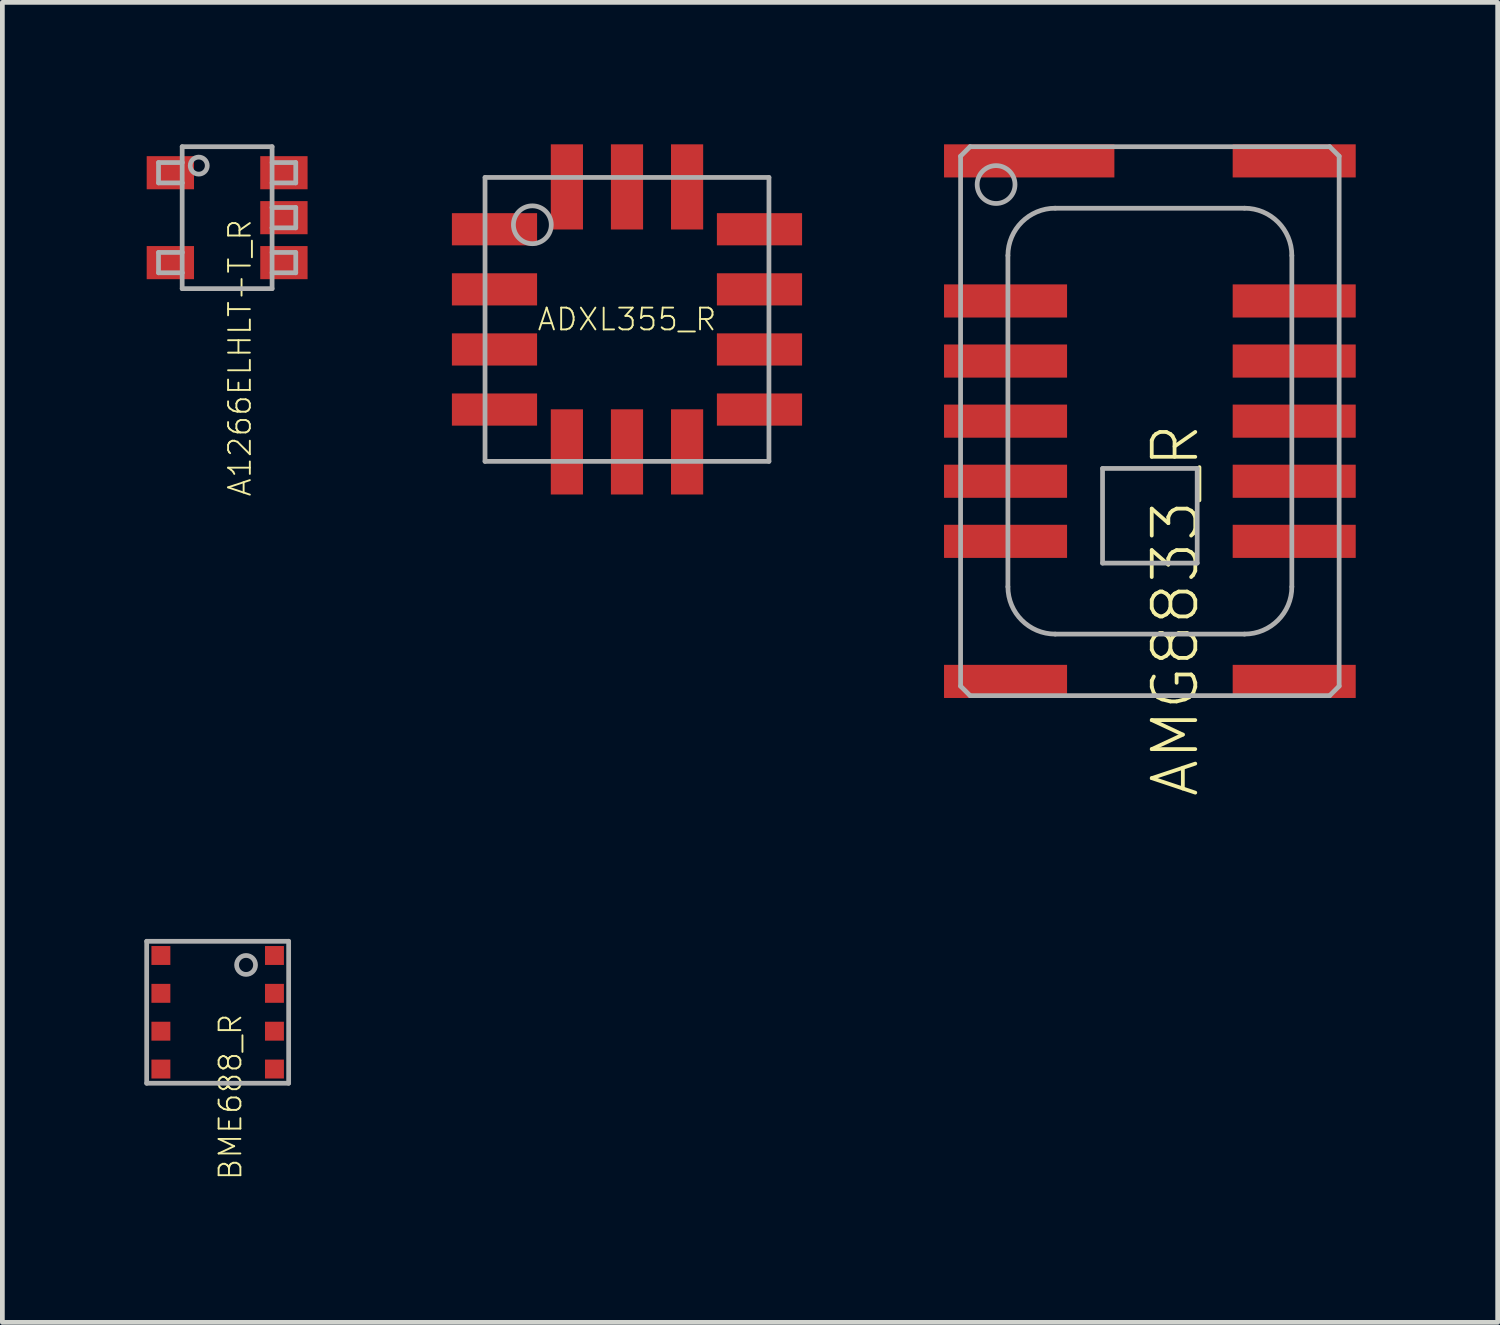
<source format=kicad_pcb>
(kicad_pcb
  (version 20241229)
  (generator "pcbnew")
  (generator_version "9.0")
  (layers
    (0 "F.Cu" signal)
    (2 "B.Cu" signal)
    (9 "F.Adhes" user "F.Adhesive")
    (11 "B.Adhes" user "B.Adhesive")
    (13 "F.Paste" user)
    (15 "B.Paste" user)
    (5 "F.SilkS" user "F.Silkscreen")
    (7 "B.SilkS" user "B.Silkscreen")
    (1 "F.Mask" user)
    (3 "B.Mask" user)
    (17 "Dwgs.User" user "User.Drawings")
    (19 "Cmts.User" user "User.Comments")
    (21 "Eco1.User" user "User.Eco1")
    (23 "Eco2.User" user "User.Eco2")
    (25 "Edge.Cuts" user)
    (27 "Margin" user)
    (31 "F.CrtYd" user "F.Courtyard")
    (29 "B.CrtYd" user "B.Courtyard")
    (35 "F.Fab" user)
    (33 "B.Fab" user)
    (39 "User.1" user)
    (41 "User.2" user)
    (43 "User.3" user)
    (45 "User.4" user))
  (footprint "AMG8833_R"
    (layer "F.Cu")
    (at 21.25 5.85)
    (property "Reference" "AMG8833_R" (at 0 0 90) (unlocked yes) (layer "F.SilkS") (effects (font (size 0.92 0.92) (thickness 0.08)) (justify right top)))
    (fp_line (start -4 -5.6) (end -4 5.6) (stroke (width 0.1) (type solid)) (layer "F.Fab"))
    (fp_line (start -4 -5.6) (end -3.8 -5.8) (stroke (width 0.1) (type solid)) (layer "F.Fab"))
    (fp_line (start -3.8 5.8) (end -4 5.6) (stroke (width 0.1) (type solid)) (layer "F.Fab"))
    (fp_line (start -3.8 5.8) (end 3.8 5.8) (stroke (width 0.1) (type solid)) (layer "F.Fab"))
    (fp_line (start -3 -3.5) (end -3 3.5) (stroke (width 0.1) (type solid)) (layer "F.Fab"))
    (fp_line (start -2 4.5) (end 2 4.5) (stroke (width 0.1) (type solid)) (layer "F.Fab"))
    (fp_line (start -1 1) (end -1 3) (stroke (width 0.1) (type solid)) (layer "F.Fab"))
    (fp_line (start -1 3) (end 1 3) (stroke (width 0.1) (type solid)) (layer "F.Fab"))
    (fp_line (start 1 1) (end -1 1) (stroke (width 0.1) (type solid)) (layer "F.Fab"))
    (fp_line (start 1 3) (end 1 1) (stroke (width 0.1) (type solid)) (layer "F.Fab"))
    (fp_line (start 2 -4.5) (end -2 -4.5) (stroke (width 0.1) (type solid)) (layer "F.Fab"))
    (fp_line (start 3 3.5) (end 3 -3.5) (stroke (width 0.1) (type solid)) (layer "F.Fab"))
    (fp_line (start 3.8 -5.8) (end -3.8 -5.8) (stroke (width 0.1) (type solid)) (layer "F.Fab"))
    (fp_line (start 3.8 5.8) (end 4 5.6) (stroke (width 0.1) (type solid)) (layer "F.Fab"))
    (fp_line (start 4 -5.6) (end 3.8 -5.8) (stroke (width 0.1) (type solid)) (layer "F.Fab"))
    (fp_line (start 4 5.6) (end 4 -5.6) (stroke (width 0.1) (type solid)) (layer "F.Fab"))
    (fp_arc (start -3 -3.5) (mid -2.707107 -4.207107) (end -2 -4.5) (stroke (width 0.1) (type solid)) (layer "F.Fab"))
    (fp_arc (start -2 4.5) (mid -2.707107 4.207107) (end -3 3.5) (stroke (width 0.1) (type solid)) (layer "F.Fab"))
    (fp_arc (start 2 -4.5) (mid 2.707107 -4.207107) (end 3 -3.5) (stroke (width 0.1) (type solid)) (layer "F.Fab"))
    (fp_arc (start 3 3.5) (mid 2.707107 4.207107) (end 2 4.5) (stroke (width 0.1) (type solid)) (layer "F.Fab"))
    (fp_circle (center -3.25 -5) (end -2.85 -5) (stroke (width 0.1) (type solid)) (fill no) (layer "F.Fab"))
    (pad "1" smd rect (at -2.55 -5.5 270) (size 0.7 3.6) (layers "F.Cu" "F.Mask" "F.Paste"))
    (pad "2" smd rect (at -3.05 -2.54 270) (size 0.7 2.6) (layers "F.Cu" "F.Mask" "F.Paste"))
    (pad "3" smd rect (at -3.05 -1.27 270) (size 0.7 2.6) (layers "F.Cu" "F.Mask" "F.Paste"))
    (pad "4" smd rect (at -3.05 0 270) (size 0.7 2.6) (layers "F.Cu" "F.Mask" "F.Paste"))
    (pad "5" smd rect (at -3.05 1.27 270) (size 0.7 2.6) (layers "F.Cu" "F.Mask" "F.Paste"))
    (pad "6" smd rect (at -3.05 2.54 270) (size 0.7 2.6) (layers "F.Cu" "F.Mask" "F.Paste"))
    (pad "7" smd rect (at -3.05 5.5 270) (size 0.7 2.6) (layers "F.Cu" "F.Mask" "F.Paste"))
    (pad "8" smd rect (at 3.05 5.5 270) (size 0.7 2.6) (layers "F.Cu" "F.Mask" "F.Paste"))
    (pad "9" smd rect (at 3.05 2.54 270) (size 0.7 2.6) (layers "F.Cu" "F.Mask" "F.Paste"))
    (pad "10" smd rect (at 3.05 1.27 270) (size 0.7 2.6) (layers "F.Cu" "F.Mask" "F.Paste"))
    (pad "11" smd rect (at 3.05 0 270) (size 0.7 2.6) (layers "F.Cu" "F.Mask" "F.Paste"))
    (pad "12" smd rect (at 3.05 -1.27 270) (size 0.7 2.6) (layers "F.Cu" "F.Mask" "F.Paste"))
    (pad "13" smd rect (at 3.05 -2.54 270) (size 0.7 2.6) (layers "F.Cu" "F.Mask" "F.Paste"))
    (pad "14" smd rect (at 3.05 -5.5 270) (size 0.7 2.6) (layers "F.Cu" "F.Mask" "F.Paste")))
  (footprint "A1266ELHLT-T_R"
    (layer "F.Cu")
    (at 1.75 1.55)
    (property "Reference" "A1266ELHLT-T_R" (at 0 0 90) (unlocked yes) (layer "F.SilkS") (effects (font (size 0.46 0.46) (thickness 0.04)) (justify right top)))
    (fp_poly (pts (xy -1.75 -0.55) (xy -0.65 -0.55) (xy -0.65 -1.35) (xy -1.75 -1.35)) (stroke (width 0) (type default)) (fill yes) (layer "F.Mask"))
    (fp_poly (pts (xy -1.75 1.35) (xy -0.65 1.35) (xy -0.65 0.55) (xy -1.75 0.55)) (stroke (width 0) (type default)) (fill yes) (layer "F.Mask"))
    (fp_poly (pts (xy 1.75 -1.35) (xy 0.65 -1.35) (xy 0.65 -0.55) (xy 1.75 -0.55)) (stroke (width 0) (type default)) (fill yes) (layer "F.Mask"))
    (fp_poly (pts (xy 1.75 -0.4) (xy 0.65 -0.4) (xy 0.65 0.4) (xy 1.75 0.4)) (stroke (width 0) (type default)) (fill yes) (layer "F.Mask"))
    (fp_poly (pts (xy 1.75 0.55) (xy 0.65 0.55) (xy 0.65 1.35) (xy 1.75 1.35)) (stroke (width 0) (type default)) (fill yes) (layer "F.Mask"))
    (fp_poly (pts (xy -0.7 -0.6) (xy -1.7 -0.6) (xy -1.7 -1.3) (xy -0.7 -1.3)) (stroke (width 0) (type default)) (fill yes) (layer "F.Paste"))
    (fp_poly (pts (xy -0.7 1.3) (xy -1.7 1.3) (xy -1.7 0.6) (xy -0.7 0.6)) (stroke (width 0) (type default)) (fill yes) (layer "F.Paste"))
    (fp_poly (pts (xy 1.7 -0.6) (xy 0.7 -0.6) (xy 0.7 -1.3) (xy 1.7 -1.3)) (stroke (width 0) (type default)) (fill yes) (layer "F.Paste"))
    (fp_poly (pts (xy 1.7 0.35) (xy 0.7 0.35) (xy 0.7 -0.35) (xy 1.7 -0.35)) (stroke (width 0) (type default)) (fill yes) (layer "F.Paste"))
    (fp_poly (pts (xy 1.7 1.3) (xy 0.7 1.3) (xy 0.7 0.6) (xy 1.7 0.6)) (stroke (width 0) (type default)) (fill yes) (layer "F.Paste"))
    (fp_line (start -1.45 -1.165) (end -0.95 -1.165) (stroke (width 0.1) (type solid)) (layer "F.Fab"))
    (fp_line (start -1.45 -0.735) (end -1.45 -1.165) (stroke (width 0.1) (type solid)) (layer "F.Fab"))
    (fp_line (start -1.45 0.735) (end -0.95 0.735) (stroke (width 0.1) (type solid)) (layer "F.Fab"))
    (fp_line (start -1.45 1.165) (end -1.45 0.735) (stroke (width 0.1) (type solid)) (layer "F.Fab"))
    (fp_line (start -0.95 -1.5) (end 0.95 -1.5) (stroke (width 0.1) (type solid)) (layer "F.Fab"))
    (fp_line (start -0.95 -1.165) (end -0.95 -1.5) (stroke (width 0.1) (type solid)) (layer "F.Fab"))
    (fp_line (start -0.95 -0.735) (end -1.45 -0.735) (stroke (width 0.1) (type solid)) (layer "F.Fab"))
    (fp_line (start -0.95 -0.735) (end -0.95 -1.165) (stroke (width 0.1) (type solid)) (layer "F.Fab"))
    (fp_line (start -0.95 0.735) (end -0.95 -0.735) (stroke (width 0.1) (type solid)) (layer "F.Fab"))
    (fp_line (start -0.95 1.165) (end -1.45 1.165) (stroke (width 0.1) (type solid)) (layer "F.Fab"))
    (fp_line (start -0.95 1.165) (end -0.95 0.735) (stroke (width 0.1) (type solid)) (layer "F.Fab"))
    (fp_line (start -0.95 1.5) (end -0.95 1.165) (stroke (width 0.1) (type solid)) (layer "F.Fab"))
    (fp_line (start 0.95 -1.5) (end 0.95 -0.215) (stroke (width 0.1) (type solid)) (layer "F.Fab"))
    (fp_line (start 0.95 -0.735) (end 1.45 -0.735) (stroke (width 0.1) (type solid)) (layer "F.Fab"))
    (fp_line (start 0.95 -0.215) (end 0.95 0.215) (stroke (width 0.1) (type solid)) (layer "F.Fab"))
    (fp_line (start 0.95 0.215) (end 0.95 1.5) (stroke (width 0.1) (type solid)) (layer "F.Fab"))
    (fp_line (start 0.95 0.215) (end 1.45 0.215) (stroke (width 0.1) (type solid)) (layer "F.Fab"))
    (fp_line (start 0.95 1.165) (end 1.45 1.165) (stroke (width 0.1) (type solid)) (layer "F.Fab"))
    (fp_line (start 0.95 1.5) (end -0.95 1.5) (stroke (width 0.1) (type solid)) (layer "F.Fab"))
    (fp_line (start 1.45 -1.165) (end 0.95 -1.165) (stroke (width 0.1) (type solid)) (layer "F.Fab"))
    (fp_line (start 1.45 -0.735) (end 1.45 -1.165) (stroke (width 0.1) (type solid)) (layer "F.Fab"))
    (fp_line (start 1.45 -0.215) (end 0.95 -0.215) (stroke (width 0.1) (type solid)) (layer "F.Fab"))
    (fp_line (start 1.45 0.215) (end 1.45 -0.215) (stroke (width 0.1) (type solid)) (layer "F.Fab"))
    (fp_line (start 1.45 0.735) (end 0.95 0.735) (stroke (width 0.1) (type solid)) (layer "F.Fab"))
    (fp_line (start 1.45 1.165) (end 1.45 0.735) (stroke (width 0.1) (type solid)) (layer "F.Fab"))
    (fp_circle (center -0.6 -1.1) (end -0.42 -1.1) (stroke (width 0.1) (type solid)) (fill no) (layer "F.Fab"))
    (pad "1" smd rect (at -1.2 -0.95) (size 1 0.7) (layers "F.Cu"))
    (pad "2" smd rect (at -1.2 0.95) (size 1 0.7) (layers "F.Cu"))
    (pad "3" smd rect (at 1.2 0.95) (size 1 0.7) (layers "F.Cu"))
    (pad "4" smd rect (at 1.2 0) (size 1 0.7) (layers "F.Cu"))
    (pad "5" smd rect (at 1.2 -0.95) (size 1 0.7) (layers "F.Cu")))
  (footprint "ADXL355_R"
    (layer "F.Cu")
    (at 10.2 3.7)
    (property "Reference" "ADXL355_R" (at 0 0 0) (unlocked yes) (layer "F.SilkS") (effects (font (size 0.46 0.46) (thickness 0.04))))
    (fp_line (start -3 -3) (end -3 3) (stroke (width 0.1) (type solid)) (layer "F.Fab"))
    (fp_line (start -3 3) (end 3 3) (stroke (width 0.1) (type solid)) (layer "F.Fab"))
    (fp_line (start 3 -3) (end -3 -3) (stroke (width 0.1) (type solid)) (layer "F.Fab"))
    (fp_line (start 3 3) (end 3 -3) (stroke (width 0.1) (type solid)) (layer "F.Fab"))
    (fp_circle (center -2 -2) (end -1.6 -2) (stroke (width 0.1) (type solid)) (fill no) (layer "F.Fab"))
    (pad "1" smd rect (at -2.8 -1.905) (size 1.8 0.68) (layers "F.Cu" "F.Mask" "F.Paste"))
    (pad "2" smd rect (at -2.8 -0.635) (size 1.8 0.68) (layers "F.Cu" "F.Mask" "F.Paste"))
    (pad "3" smd rect (at -2.8 0.635) (size 1.8 0.68) (layers "F.Cu" "F.Mask" "F.Paste"))
    (pad "4" smd rect (at -2.8 1.905) (size 1.8 0.68) (layers "F.Cu" "F.Mask" "F.Paste"))
    (pad "5" smd rect (at -1.27 2.8 90) (size 1.8 0.68) (layers "F.Cu" "F.Mask" "F.Paste"))
    (pad "6" smd rect (at 0 2.8 90) (size 1.8 0.68) (layers "F.Cu" "F.Mask" "F.Paste"))
    (pad "7" smd rect (at 1.27 2.8 90) (size 1.8 0.68) (layers "F.Cu" "F.Mask" "F.Paste"))
    (pad "8" smd rect (at 2.8 1.905 180) (size 1.8 0.68) (layers "F.Cu" "F.Mask" "F.Paste"))
    (pad "9" smd rect (at 2.8 0.635 180) (size 1.8 0.68) (layers "F.Cu" "F.Mask" "F.Paste"))
    (pad "10" smd rect (at 2.8 -0.635 180) (size 1.8 0.68) (layers "F.Cu" "F.Mask" "F.Paste"))
    (pad "11" smd rect (at 2.8 -1.905 180) (size 1.8 0.68) (layers "F.Cu" "F.Mask" "F.Paste"))
    (pad "12" smd rect (at 1.27 -2.8 270) (size 1.8 0.68) (layers "F.Cu" "F.Mask" "F.Paste"))
    (pad "13" smd rect (at 0 -2.8 270) (size 1.8 0.68) (layers "F.Cu" "F.Mask" "F.Paste"))
    (pad "14" smd rect (at -1.27 -2.8 270) (size 1.8 0.68) (layers "F.Cu" "F.Mask" "F.Paste")))
  (footprint "BME688_R"
    (layer "F.Cu")
    (at 1.55 18.342)
    (property "Reference" "BME688_R" (at 0 0 90) (unlocked yes) (layer "F.SilkS") (effects (font (size 0.46 0.46) (thickness 0.04)) (justify right top)))
    (fp_poly (pts (xy -1.5 -0.9) (xy -0.9 -0.9) (xy -0.9 -1.5) (xy -1.5 -1.5)) (stroke (width 0) (type default)) (fill yes) (layer "F.Mask"))
    (fp_poly (pts (xy -1.5 -0.1) (xy -0.9 -0.1) (xy -0.9 -0.7) (xy -1.5 -0.7)) (stroke (width 0) (type default)) (fill yes) (layer "F.Mask"))
    (fp_poly (pts (xy -1.5 0.7) (xy -0.9 0.7) (xy -0.9 0.1) (xy -1.5 0.1)) (stroke (width 0) (type default)) (fill yes) (layer "F.Mask"))
    (fp_poly (pts (xy -1.5 1.5) (xy -0.9 1.5) (xy -0.9 0.9) (xy -1.5 0.9)) (stroke (width 0) (type default)) (fill yes) (layer "F.Mask"))
    (fp_poly (pts (xy 0.9 -0.9) (xy 1.5 -0.9) (xy 1.5 -1.5) (xy 0.9 -1.5)) (stroke (width 0) (type default)) (fill yes) (layer "F.Mask"))
    (fp_poly (pts (xy 0.9 -0.1) (xy 1.5 -0.1) (xy 1.5 -0.7) (xy 0.9 -0.7)) (stroke (width 0) (type default)) (fill yes) (layer "F.Mask"))
    (fp_poly (pts (xy 0.9 0.7) (xy 1.5 0.7) (xy 1.5 0.1) (xy 0.9 0.1)) (stroke (width 0) (type default)) (fill yes) (layer "F.Mask"))
    (fp_poly (pts (xy 0.9 1.5) (xy 1.5 1.5) (xy 1.5 0.9) (xy 0.9 0.9)) (stroke (width 0) (type default)) (fill yes) (layer "F.Mask"))
    (fp_line (start -1.5 -1.5) (end 1.5 -1.5) (stroke (width 0.1) (type solid)) (layer "F.Fab"))
    (fp_line (start -1.5 1.5) (end -1.5 -1.5) (stroke (width 0.1) (type solid)) (layer "F.Fab"))
    (fp_line (start 1.5 -1.5) (end 1.5 1.5) (stroke (width 0.1) (type solid)) (layer "F.Fab"))
    (fp_line (start 1.5 1.5) (end -1.5 1.5) (stroke (width 0.1) (type solid)) (layer "F.Fab"))
    (fp_circle (center 0.6 -1) (end 0.8 -1) (stroke (width 0.1) (type solid)) (fill no) (layer "F.Fab"))
    (pad "1" smd rect (at 1.2 -1.2) (size 0.4 0.4) (layers "F.Cu" "F.Paste"))
    (pad "2" smd rect (at 1.2 -0.4) (size 0.4 0.4) (layers "F.Cu" "F.Paste"))
    (pad "3" smd rect (at 1.2 0.4 180) (size 0.4 0.4) (layers "F.Cu" "F.Paste"))
    (pad "4" smd rect (at 1.2 1.2 180) (size 0.4 0.4) (layers "F.Cu" "F.Paste"))
    (pad "5" smd rect (at -1.2 1.2 180) (size 0.4 0.4) (layers "F.Cu" "F.Paste"))
    (pad "6" smd rect (at -1.2 0.4 180) (size 0.4 0.4) (layers "F.Cu" "F.Paste"))
    (pad "7" smd rect (at -1.2 -0.4 180) (size 0.4 0.4) (layers "F.Cu" "F.Paste"))
    (pad "8" smd rect (at -1.2 -1.2 180) (size 0.4 0.4) (layers "F.Cu" "F.Paste")))
  (gr_rect
    (start -3 -3)
    (end 28.6 24.896)
    (stroke (width 0.1) (type default))
    (fill no)
    (layer "Edge.Cuts")))
</source>
